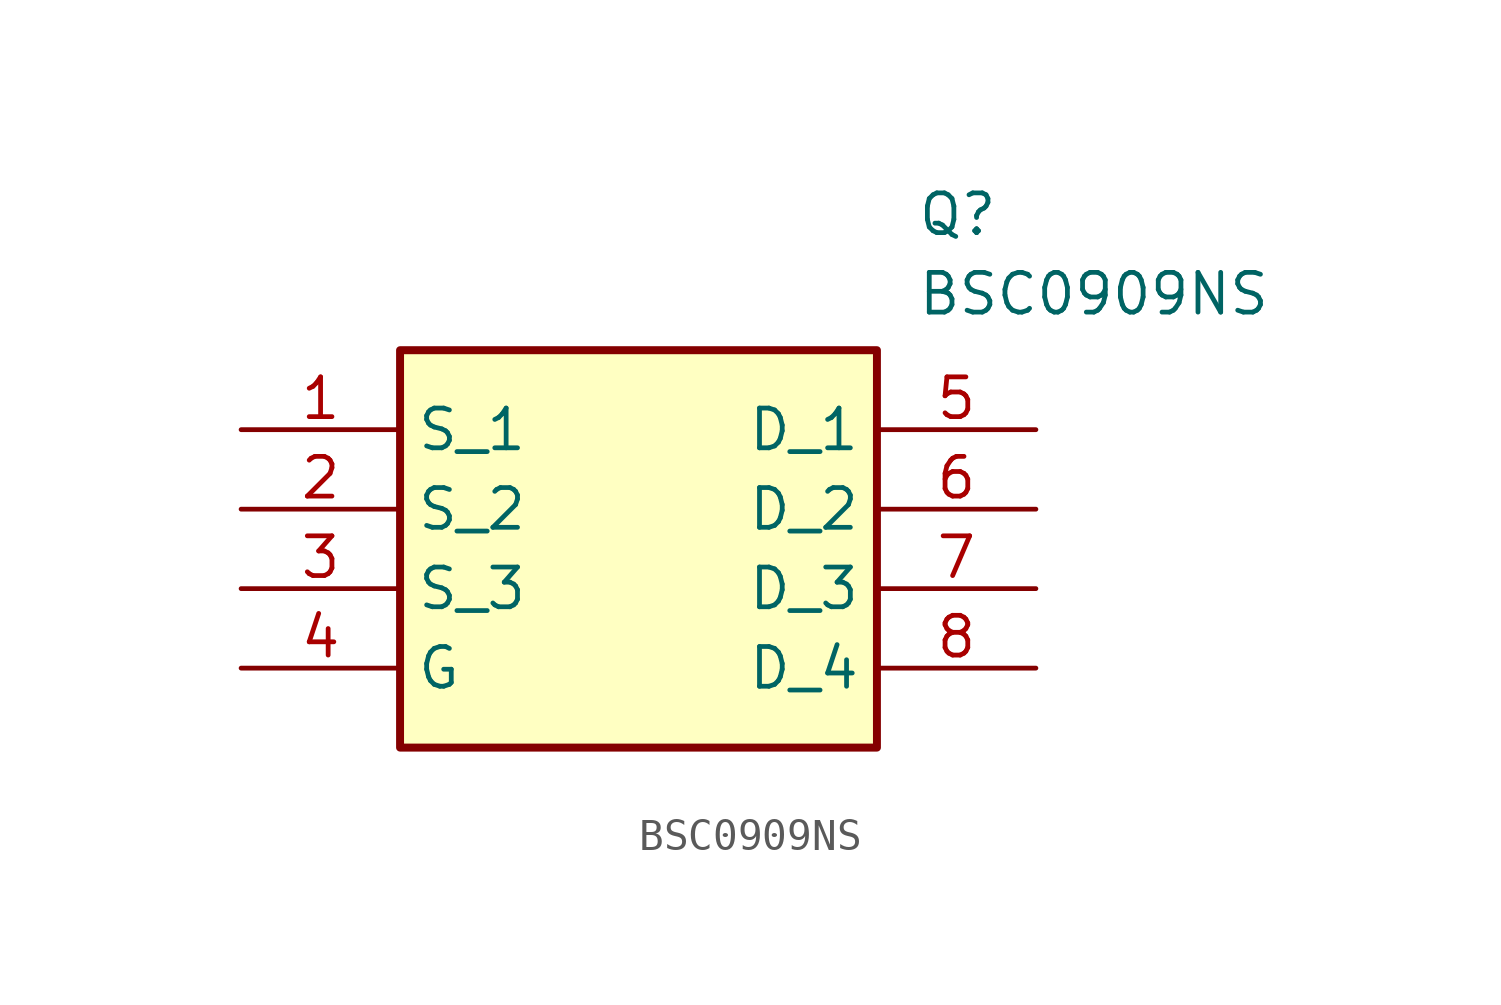
<source format=kicad_sym>
(kicad_symbol_lib
  (version 20211014)
  (generator SamacSys_ECAD_Model)
  (symbol "BSC0909NS"
    (property "Reference" "Q"
      (at 21.59 7.62 0)
      (effects (font (size 1.27 1.27)) (justify left top)))
    (property "Value" "BSC0909NS"
      (at 21.59 5.08 0)
      (effects (font (size 1.27 1.27)) (justify left top)))
    (rectangle
      (start 5.08 2.54)
      (end 20.32 -10.16)
      (stroke (width 0.254) (type default))
      (fill (type background)))
    (pin passive line
      (at 0 0 0)
      (length 5.08)
      (name "S_1" (effects (font (size 1.27 1.27))))
      (number "1" (effects (font (size 1.27 1.27)))))
    (pin passive line
      (at 0 -2.54 0)
      (length 5.08)
      (name "S_2" (effects (font (size 1.27 1.27))))
      (number "2" (effects (font (size 1.27 1.27)))))
    (pin passive line
      (at 0 -5.08 0)
      (length 5.08)
      (name "S_3" (effects (font (size 1.27 1.27))))
      (number "3" (effects (font (size 1.27 1.27)))))
    (pin passive line
      (at 0 -7.62 0)
      (length 5.08)
      (name "G" (effects (font (size 1.27 1.27))))
      (number "4" (effects (font (size 1.27 1.27)))))
    (pin passive line
      (at 25.4 0 180)
      (length 5.08)
      (name "D_1" (effects (font (size 1.27 1.27))))
      (number "5" (effects (font (size 1.27 1.27)))))
    (pin passive line
      (at 25.4 -2.54 180)
      (length 5.08)
      (name "D_2" (effects (font (size 1.27 1.27))))
      (number "6" (effects (font (size 1.27 1.27)))))
    (pin passive line
      (at 25.4 -5.08 180)
      (length 5.08)
      (name "D_3" (effects (font (size 1.27 1.27))))
      (number "7" (effects (font (size 1.27 1.27)))))
    (pin passive line
      (at 25.4 -7.62 180)
      (length 5.08)
      (name "D_4" (effects (font (size 1.27 1.27))))
      (number "8" (effects (font (size 1.27 1.27)))))))
</source>
